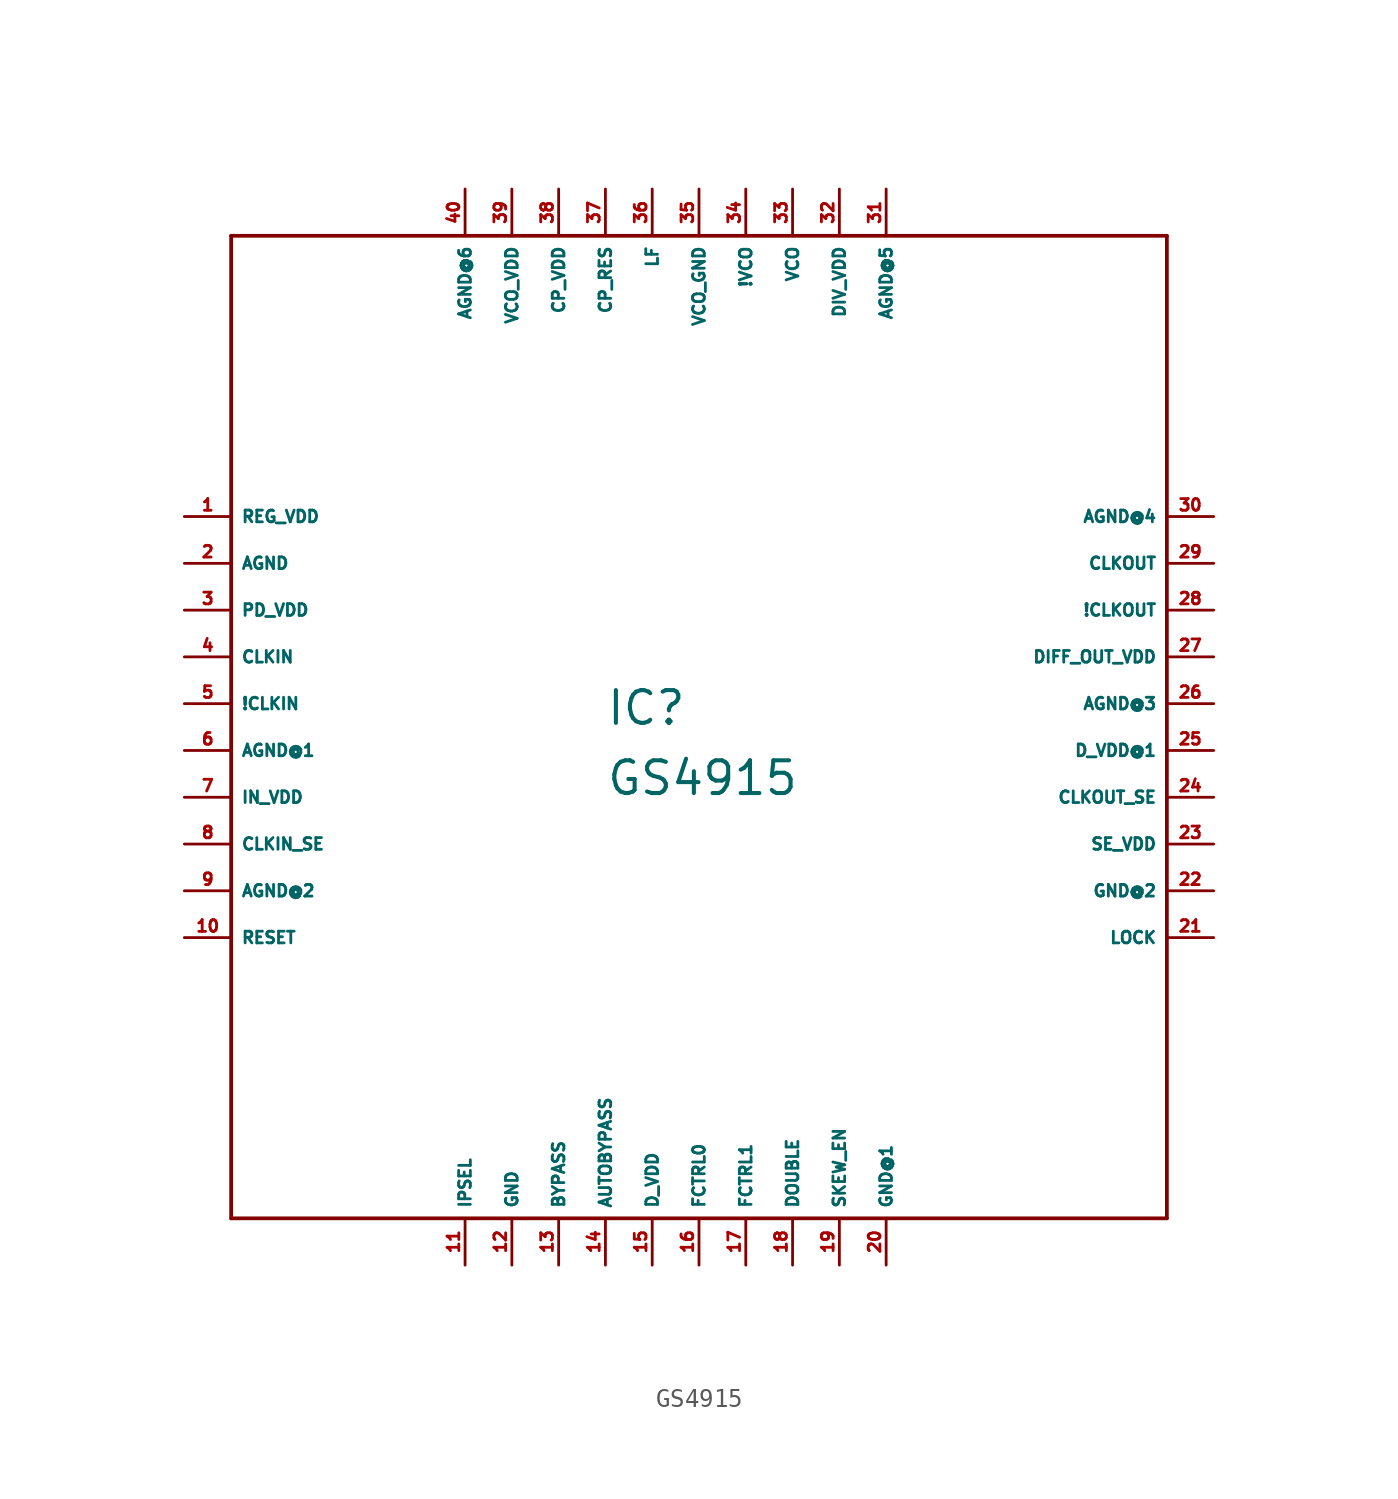
<source format=kicad_sym>
(kicad_symbol_lib
  (version 20220914)
  (generator Eagle2Kicad)
  (symbol "GS4915"
    (property "Reference" "IC"
      (at -5.08 -1.27 0)
      (effects (font (size 1.778 1.778) (thickness 0.22)) (justify left bottom)))
    (property "Value" "GS4915"
      (at -5.08 -5.08 0)
      (effects (font (size 1.778 1.778) (thickness 0.22)) (justify left bottom)))
    (polyline
      (pts (xy -25.4 -27.94) (xy 25.4 -27.94))
      (stroke (width 0.203) (type default))
      (fill (type none)))
    (polyline
      (pts (xy 25.4 -27.94) (xy 25.4 25.4))
      (stroke (width 0.203) (type default))
      (fill (type none)))
    (polyline
      (pts (xy 25.4 25.4) (xy -25.4 25.4))
      (stroke (width 0.203) (type default))
      (fill (type none)))
    (polyline
      (pts (xy -25.4 25.4) (xy -25.4 -27.94))
      (stroke (width 0.203) (type default))
      (fill (type none)))
    (pin unspecified line
      (at -27.94 10.16 0)
      (length 2.54)
      (name "REG_VDD" (effects (font (size 0.635 0.635) (thickness 0.08)) (justify left bottom)))
      (number "1" (effects (font (size 0.635 0.635) (thickness 0.08)) (justify left bottom))))
    (pin unspecified line
      (at -27.94 7.62 0)
      (length 2.54)
      (name "AGND" (effects (font (size 0.635 0.635) (thickness 0.08)) (justify left bottom)))
      (number "2" (effects (font (size 0.635 0.635) (thickness 0.08)) (justify left bottom))))
    (pin unspecified line
      (at -27.94 5.08 0)
      (length 2.54)
      (name "PD_VDD" (effects (font (size 0.635 0.635) (thickness 0.08)) (justify left bottom)))
      (number "3" (effects (font (size 0.635 0.635) (thickness 0.08)) (justify left bottom))))
    (pin input line
      (at -27.94 2.54 0)
      (length 2.54)
      (name "CLKIN" (effects (font (size 0.635 0.635) (thickness 0.08)) (justify left bottom)))
      (number "4" (effects (font (size 0.635 0.635) (thickness 0.08)) (justify left bottom))))
    (pin input line
      (at -27.94 0 0)
      (length 2.54)
      (name "!CLKIN" (effects (font (size 0.635 0.635) (thickness 0.08)) (justify left bottom)))
      (number "5" (effects (font (size 0.635 0.635) (thickness 0.08)) (justify left bottom))))
    (pin unspecified line
      (at -27.94 -2.54 0)
      (length 2.54)
      (name "AGND@1" (effects (font (size 0.635 0.635) (thickness 0.08)) (justify left bottom)))
      (number "6" (effects (font (size 0.635 0.635) (thickness 0.08)) (justify left bottom))))
    (pin unspecified line
      (at -27.94 -5.08 0)
      (length 2.54)
      (name "IN_VDD" (effects (font (size 0.635 0.635) (thickness 0.08)) (justify left bottom)))
      (number "7" (effects (font (size 0.635 0.635) (thickness 0.08)) (justify left bottom))))
    (pin input line
      (at -27.94 -7.62 0)
      (length 2.54)
      (name "CLKIN_SE" (effects (font (size 0.635 0.635) (thickness 0.08)) (justify left bottom)))
      (number "8" (effects (font (size 0.635 0.635) (thickness 0.08)) (justify left bottom))))
    (pin unspecified line
      (at -27.94 -10.16 0)
      (length 2.54)
      (name "AGND@2" (effects (font (size 0.635 0.635) (thickness 0.08)) (justify left bottom)))
      (number "9" (effects (font (size 0.635 0.635) (thickness 0.08)) (justify left bottom))))
    (pin input line
      (at -27.94 -12.7 0)
      (length 2.54)
      (name "RESET" (effects (font (size 0.635 0.635) (thickness 0.08)) (justify left bottom)))
      (number "10" (effects (font (size 0.635 0.635) (thickness 0.08)) (justify left bottom))))
    (pin input line
      (at -12.7 -30.48 90)
      (length 2.54)
      (name "IPSEL" (effects (font (size 0.635 0.635) (thickness 0.08)) (justify left bottom)))
      (number "11" (effects (font (size 0.635 0.635) (thickness 0.08)) (justify left bottom))))
    (pin unspecified line
      (at -10.16 -30.48 90)
      (length 2.54)
      (name "GND" (effects (font (size 0.635 0.635) (thickness 0.08)) (justify left bottom)))
      (number "12" (effects (font (size 0.635 0.635) (thickness 0.08)) (justify left bottom))))
    (pin input line
      (at -7.62 -30.48 90)
      (length 2.54)
      (name "BYPASS" (effects (font (size 0.635 0.635) (thickness 0.08)) (justify left bottom)))
      (number "13" (effects (font (size 0.635 0.635) (thickness 0.08)) (justify left bottom))))
    (pin input line
      (at -5.08 -30.48 90)
      (length 2.54)
      (name "AUTOBYPASS" (effects (font (size 0.635 0.635) (thickness 0.08)) (justify left bottom)))
      (number "14" (effects (font (size 0.635 0.635) (thickness 0.08)) (justify left bottom))))
    (pin unspecified line
      (at -2.54 -30.48 90)
      (length 2.54)
      (name "D_VDD" (effects (font (size 0.635 0.635) (thickness 0.08)) (justify left bottom)))
      (number "15" (effects (font (size 0.635 0.635) (thickness 0.08)) (justify left bottom))))
    (pin input line
      (at 0 -30.48 90)
      (length 2.54)
      (name "FCTRL0" (effects (font (size 0.635 0.635) (thickness 0.08)) (justify left bottom)))
      (number "16" (effects (font (size 0.635 0.635) (thickness 0.08)) (justify left bottom))))
    (pin input line
      (at 2.54 -30.48 90)
      (length 2.54)
      (name "FCTRL1" (effects (font (size 0.635 0.635) (thickness 0.08)) (justify left bottom)))
      (number "17" (effects (font (size 0.635 0.635) (thickness 0.08)) (justify left bottom))))
    (pin input line
      (at 5.08 -30.48 90)
      (length 2.54)
      (name "DOUBLE" (effects (font (size 0.635 0.635) (thickness 0.08)) (justify left bottom)))
      (number "18" (effects (font (size 0.635 0.635) (thickness 0.08)) (justify left bottom))))
    (pin input line
      (at 7.62 -30.48 90)
      (length 2.54)
      (name "SKEW_EN" (effects (font (size 0.635 0.635) (thickness 0.08)) (justify left bottom)))
      (number "19" (effects (font (size 0.635 0.635) (thickness 0.08)) (justify left bottom))))
    (pin unspecified line
      (at 10.16 -30.48 90)
      (length 2.54)
      (name "GND@1" (effects (font (size 0.635 0.635) (thickness 0.08)) (justify left bottom)))
      (number "20" (effects (font (size 0.635 0.635) (thickness 0.08)) (justify left bottom))))
    (pin output line
      (at 27.94 -12.7 180)
      (length 2.54)
      (name "LOCK" (effects (font (size 0.635 0.635) (thickness 0.08)) (justify left bottom)))
      (number "21" (effects (font (size 0.635 0.635) (thickness 0.08)) (justify left bottom))))
    (pin unspecified line
      (at 27.94 -10.16 180)
      (length 2.54)
      (name "GND@2" (effects (font (size 0.635 0.635) (thickness 0.08)) (justify left bottom)))
      (number "22" (effects (font (size 0.635 0.635) (thickness 0.08)) (justify left bottom))))
    (pin unspecified line
      (at 27.94 -7.62 180)
      (length 2.54)
      (name "SE_VDD" (effects (font (size 0.635 0.635) (thickness 0.08)) (justify left bottom)))
      (number "23" (effects (font (size 0.635 0.635) (thickness 0.08)) (justify left bottom))))
    (pin output line
      (at 27.94 -5.08 180)
      (length 2.54)
      (name "CLKOUT_SE" (effects (font (size 0.635 0.635) (thickness 0.08)) (justify left bottom)))
      (number "24" (effects (font (size 0.635 0.635) (thickness 0.08)) (justify left bottom))))
    (pin unspecified line
      (at 27.94 -2.54 180)
      (length 2.54)
      (name "D_VDD@1" (effects (font (size 0.635 0.635) (thickness 0.08)) (justify left bottom)))
      (number "25" (effects (font (size 0.635 0.635) (thickness 0.08)) (justify left bottom))))
    (pin unspecified line
      (at 27.94 0 180)
      (length 2.54)
      (name "AGND@3" (effects (font (size 0.635 0.635) (thickness 0.08)) (justify left bottom)))
      (number "26" (effects (font (size 0.635 0.635) (thickness 0.08)) (justify left bottom))))
    (pin unspecified line
      (at 27.94 2.54 180)
      (length 2.54)
      (name "DIFF_OUT_VDD" (effects (font (size 0.635 0.635) (thickness 0.08)) (justify left bottom)))
      (number "27" (effects (font (size 0.635 0.635) (thickness 0.08)) (justify left bottom))))
    (pin output line
      (at 27.94 5.08 180)
      (length 2.54)
      (name "!CLKOUT" (effects (font (size 0.635 0.635) (thickness 0.08)) (justify left bottom)))
      (number "28" (effects (font (size 0.635 0.635) (thickness 0.08)) (justify left bottom))))
    (pin output line
      (at 27.94 7.62 180)
      (length 2.54)
      (name "CLKOUT" (effects (font (size 0.635 0.635) (thickness 0.08)) (justify left bottom)))
      (number "29" (effects (font (size 0.635 0.635) (thickness 0.08)) (justify left bottom))))
    (pin unspecified line
      (at 27.94 10.16 180)
      (length 2.54)
      (name "AGND@4" (effects (font (size 0.635 0.635) (thickness 0.08)) (justify left bottom)))
      (number "30" (effects (font (size 0.635 0.635) (thickness 0.08)) (justify left bottom))))
    (pin unspecified line
      (at 10.16 27.94 270)
      (length 2.54)
      (name "AGND@5" (effects (font (size 0.635 0.635) (thickness 0.08)) (justify left bottom)))
      (number "31" (effects (font (size 0.635 0.635) (thickness 0.08)) (justify left bottom))))
    (pin unspecified line
      (at 7.62 27.94 270)
      (length 2.54)
      (name "DIV_VDD" (effects (font (size 0.635 0.635) (thickness 0.08)) (justify left bottom)))
      (number "32" (effects (font (size 0.635 0.635) (thickness 0.08)) (justify left bottom))))
    (pin input line
      (at 5.08 27.94 270)
      (length 2.54)
      (name "VCO" (effects (font (size 0.635 0.635) (thickness 0.08)) (justify left bottom)))
      (number "33" (effects (font (size 0.635 0.635) (thickness 0.08)) (justify left bottom))))
    (pin input line
      (at 2.54 27.94 270)
      (length 2.54)
      (name "!VCO" (effects (font (size 0.635 0.635) (thickness 0.08)) (justify left bottom)))
      (number "34" (effects (font (size 0.635 0.635) (thickness 0.08)) (justify left bottom))))
    (pin unspecified line
      (at 0 27.94 270)
      (length 2.54)
      (name "VCO_GND" (effects (font (size 0.635 0.635) (thickness 0.08)) (justify left bottom)))
      (number "35" (effects (font (size 0.635 0.635) (thickness 0.08)) (justify left bottom))))
    (pin input line
      (at -2.54 27.94 270)
      (length 2.54)
      (name "LF" (effects (font (size 0.635 0.635) (thickness 0.08)) (justify left bottom)))
      (number "36" (effects (font (size 0.635 0.635) (thickness 0.08)) (justify left bottom))))
    (pin input line
      (at -5.08 27.94 270)
      (length 2.54)
      (name "CP_RES" (effects (font (size 0.635 0.635) (thickness 0.08)) (justify left bottom)))
      (number "37" (effects (font (size 0.635 0.635) (thickness 0.08)) (justify left bottom))))
    (pin unspecified line
      (at -7.62 27.94 270)
      (length 2.54)
      (name "CP_VDD" (effects (font (size 0.635 0.635) (thickness 0.08)) (justify left bottom)))
      (number "38" (effects (font (size 0.635 0.635) (thickness 0.08)) (justify left bottom))))
    (pin unspecified line
      (at -10.16 27.94 270)
      (length 2.54)
      (name "VCO_VDD" (effects (font (size 0.635 0.635) (thickness 0.08)) (justify left bottom)))
      (number "39" (effects (font (size 0.635 0.635) (thickness 0.08)) (justify left bottom))))
    (pin unspecified line
      (at -12.7 27.94 270)
      (length 2.54)
      (name "AGND@6" (effects (font (size 0.635 0.635) (thickness 0.08)) (justify left bottom)))
      (number "40" (effects (font (size 0.635 0.635) (thickness 0.08)) (justify left bottom))))))
</source>
